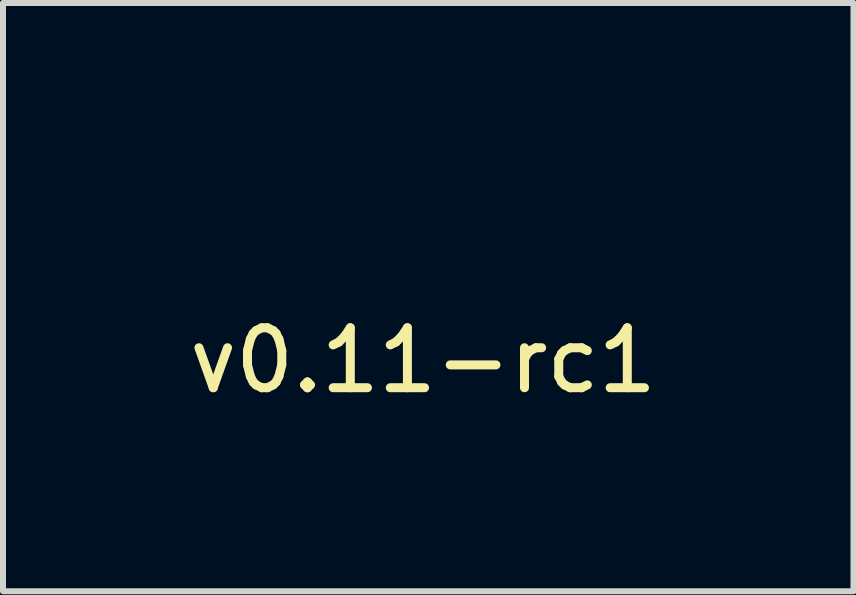
<source format=kicad_pcb>
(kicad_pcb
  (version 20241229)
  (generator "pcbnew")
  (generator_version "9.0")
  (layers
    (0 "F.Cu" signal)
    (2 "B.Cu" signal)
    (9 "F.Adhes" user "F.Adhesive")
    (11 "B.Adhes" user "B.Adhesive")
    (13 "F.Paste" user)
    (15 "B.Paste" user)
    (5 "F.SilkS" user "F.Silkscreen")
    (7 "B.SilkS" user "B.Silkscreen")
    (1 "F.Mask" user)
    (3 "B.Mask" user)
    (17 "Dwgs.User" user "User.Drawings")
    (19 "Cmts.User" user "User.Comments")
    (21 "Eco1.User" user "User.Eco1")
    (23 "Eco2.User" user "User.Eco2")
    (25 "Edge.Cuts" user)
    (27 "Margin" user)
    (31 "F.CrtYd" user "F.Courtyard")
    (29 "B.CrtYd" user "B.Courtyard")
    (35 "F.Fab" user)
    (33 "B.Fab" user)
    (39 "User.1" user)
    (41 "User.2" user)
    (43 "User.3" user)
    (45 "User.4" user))
  (footprint "v0.11-rc1"
    (layer "F.Cu")
    (at 4.006 3.461)
    (property "Reference" "v0.11-rc1" (at 0 -0.5 0) (unlocked yes) (layer "F.SilkS") (effects (font (size 1 1) (thickness 0.15))))
    (attr smd)
    (fp_poly (pts (xy -0.873 -1.965) (xy -0.832 -1.936) (xy -0.804 -1.896) (xy -0.797 -1.874) (xy -0.798 -1.829) (xy -0.815 -1.784) (xy -0.842 -1.751) (xy -0.852 -1.745) (xy -0.886 -1.736) (xy -0.93 -1.734) (xy -0.972 -1.739) (xy -0.99 -1.747) (xy -1.016 -1.773) (xy -1.034 -1.813) (xy -1.041 -1.857) (xy -1.039 -1.878) (xy -1.02 -1.921) (xy -0.984 -1.955) (xy -0.94 -1.974) (xy -0.919 -1.976)) (stroke (width 0) (type solid)) (fill yes) (layer "F.Mask"))
    (fp_poly (pts (xy 4.02 -3.449) (xy 4.072 -3.448) (xy 4.107 -3.445) (xy 4.13 -3.44) (xy 4.146 -3.432) (xy 4.151 -3.428) (xy 4.177 -3.407) (xy 4.17 -1.796) (xy 4.141 -1.764) (xy 4.113 -1.743) (xy 4.085 -1.733) (xy 4.083 -1.733) (xy 4.055 -1.733) (xy 4.055 -3.338) (xy 3.945 -3.342) (xy 3.882 -3.347) (xy 3.837 -3.356) (xy 3.808 -3.373) (xy 3.79 -3.399) (xy 3.781 -3.422) (xy 3.773 -3.45) (xy 3.949 -3.45)) (stroke (width 0) (type solid)) (fill yes) (layer "F.Mask"))
    (fp_poly (pts (xy -0.485 -3.449) (xy -0.434 -3.448) (xy -0.399 -3.445) (xy -0.375 -3.44) (xy -0.359 -3.432) (xy -0.354 -3.428) (xy -0.328 -3.407) (xy -0.331 -2.601) (xy -0.335 -1.796) (xy -0.364 -1.764) (xy -0.392 -1.743) (xy -0.42 -1.733) (xy -0.422 -1.733) (xy -0.451 -1.733) (xy -0.451 -3.338) (xy -0.56 -3.342) (xy -0.624 -3.347) (xy -0.668 -3.356) (xy -0.697 -3.373) (xy -0.715 -3.399) (xy -0.724 -3.422) (xy -0.732 -3.45) (xy -0.556 -3.45)) (stroke (width 0) (type solid)) (fill yes) (layer "F.Mask"))
    (fp_poly (pts (xy 0.221 -3.449) (xy 0.272 -3.448) (xy 0.308 -3.445) (xy 0.331 -3.44) (xy 0.347 -3.432) (xy 0.352 -3.428) (xy 0.378 -3.407) (xy 0.375 -2.601) (xy 0.371 -1.796) (xy 0.342 -1.764) (xy 0.314 -1.743) (xy 0.286 -1.733) (xy 0.284 -1.733) (xy 0.256 -1.733) (xy 0.256 -3.338) (xy 0.146 -3.342) (xy 0.083 -3.347) (xy 0.038 -3.356) (xy 0.009 -3.373) (xy -0.009 -3.399) (xy -0.018 -3.422) (xy -0.026 -3.45) (xy 0.15 -3.45)) (stroke (width 0) (type solid)) (fill yes) (layer "F.Mask"))
    (fp_poly (pts (xy 1.244 -2.512) (xy 1.323 -2.512) (xy 1.382 -2.511) (xy 1.424 -2.508) (xy 1.451 -2.504) (xy 1.467 -2.498) (xy 1.473 -2.49) (xy 1.473 -2.478) (xy 1.468 -2.464) (xy 1.466 -2.458) (xy 1.458 -2.443) (xy 1.446 -2.43) (xy 1.427 -2.421) (xy 1.398 -2.414) (xy 1.358 -2.409) (xy 1.303 -2.406) (xy 1.23 -2.404) (xy 1.138 -2.403) (xy 1.048 -2.403) (xy 0.707 -2.403) (xy 0.721 -2.44) (xy 0.729 -2.46) (xy 0.741 -2.476) (xy 0.758 -2.488) (xy 0.784 -2.497) (xy 0.821 -2.504) (xy 0.872 -2.508) (xy 0.939 -2.511) (xy 1.025 -2.512) (xy 1.132 -2.512) (xy 1.144 -2.512)) (stroke (width 0) (type solid)) (fill yes) (layer "F.Mask"))
    (fp_poly (pts (xy 1.912 -2.973) (xy 1.92 -2.963) (xy 1.923 -2.939) (xy 1.924 -2.907) (xy 1.92 -2.856) (xy 1.908 -2.82) (xy 1.9 -2.808) (xy 1.879 -2.78) (xy 1.875 -2.768) (xy 1.885 -2.772) (xy 1.908 -2.791) (xy 1.943 -2.824) (xy 1.945 -2.827) (xy 2.019 -2.892) (xy 2.092 -2.937) (xy 2.171 -2.963) (xy 2.241 -2.972) (xy 2.316 -2.971) (xy 2.371 -2.959) (xy 2.405 -2.934) (xy 2.418 -2.907) (xy 2.421 -2.879) (xy 2.41 -2.865) (xy 2.382 -2.863) (xy 2.338 -2.873) (xy 2.248 -2.886) (xy 2.161 -2.876) (xy 2.081 -2.845) (xy 2.012 -2.793) (xy 2.01 -2.791) (xy 1.99 -2.771) (xy 1.974 -2.753) (xy 1.961 -2.734) (xy 1.95 -2.712) (xy 1.943 -2.684) (xy 1.937 -2.647) (xy 1.933 -2.599) (xy 1.93 -2.538) (xy 1.927 -2.461) (xy 1.926 -2.364) (xy 1.924 -2.246) (xy 1.924 -2.23) (xy 1.922 -2.114) (xy 1.921 -2.019) (xy 1.919 -1.944) (xy 1.917 -1.886) (xy 1.915 -1.842) (xy 1.912 -1.811) (xy 1.909 -1.789) (xy 1.904 -1.774) (xy 1.899 -1.764) (xy 1.895 -1.758) (xy 1.867 -1.739) (xy 1.842 -1.733) (xy 1.813 -1.733) (xy 1.817 -2.328) (xy 1.818 -2.464) (xy 1.819 -2.578) (xy 1.819 -2.672) (xy 1.821 -2.747) (xy 1.822 -2.807) (xy 1.824 -2.852) (xy 1.826 -2.886) (xy 1.829 -2.911) (xy 1.832 -2.927) (xy 1.836 -2.938) (xy 1.841 -2.946) (xy 1.844 -2.949) (xy 1.871 -2.968) (xy 1.895 -2.975)) (stroke (width 0) (type solid)) (fill yes) (layer "F.Mask"))
    (fp_poly (pts (xy -3.906 -2.971) (xy -3.879 -2.961) (xy -3.869 -2.954) (xy -3.86 -2.938) (xy -3.844 -2.902) (xy -3.821 -2.849) (xy -3.792 -2.78) (xy -3.758 -2.697) (xy -3.72 -2.605) (xy -3.68 -2.504) (xy -3.649 -2.427) (xy -3.601 -2.307) (xy -3.562 -2.207) (xy -3.53 -2.126) (xy -3.505 -2.061) (xy -3.487 -2.01) (xy -3.474 -1.971) (xy -3.465 -1.942) (xy -3.461 -1.921) (xy -3.459 -1.906) (xy -3.461 -1.894) (xy -3.464 -1.884) (xy -3.465 -1.882) (xy -3.473 -1.855) (xy -3.472 -1.838) (xy -3.471 -1.837) (xy -3.465 -1.847) (xy -3.451 -1.877) (xy -3.43 -1.926) (xy -3.403 -1.991) (xy -3.37 -2.069) (xy -3.333 -2.16) (xy -3.293 -2.26) (xy -3.25 -2.368) (xy -3.207 -2.477) (xy -3.166 -2.58) (xy -3.128 -2.675) (xy -3.094 -2.76) (xy -3.064 -2.83) (xy -3.041 -2.886) (xy -3.025 -2.923) (xy -3.017 -2.939) (xy -2.998 -2.964) (xy -2.973 -2.973) (xy -2.948 -2.975) (xy -2.9 -2.975) (xy -3.02 -2.68) (xy -3.088 -2.512) (xy -3.148 -2.365) (xy -3.199 -2.239) (xy -3.244 -2.13) (xy -3.281 -2.038) (xy -3.313 -1.962) (xy -3.339 -1.9) (xy -3.36 -1.85) (xy -3.377 -1.812) (xy -3.391 -1.783) (xy -3.401 -1.762) (xy -3.409 -1.749) (xy -3.416 -1.741) (xy -3.421 -1.737) (xy -3.426 -1.736) (xy -3.431 -1.735) (xy -3.437 -1.735) (xy -3.465 -1.738) (xy -3.482 -1.758) (xy -3.482 -1.759) (xy -3.494 -1.788) (xy -3.514 -1.834) (xy -3.539 -1.896) (xy -3.57 -1.971) (xy -3.605 -2.056) (xy -3.642 -2.15) (xy -3.682 -2.248) (xy -3.723 -2.349) (xy -3.764 -2.45) (xy -3.804 -2.549) (xy -3.842 -2.644) (xy -3.877 -2.73) (xy -3.908 -2.807) (xy -3.933 -2.872) (xy -3.953 -2.921) (xy -3.965 -2.953) (xy -3.97 -2.964) (xy -3.959 -2.973) (xy -3.935 -2.975)) (stroke (width 0) (type solid)) (fill yes) (layer "F.Mask"))
    (fp_poly (pts (xy -1.917 -3.46) (xy -1.841 -3.453) (xy -1.787 -3.443) (xy -1.684 -3.407) (xy -1.589 -3.354) (xy -1.506 -3.289) (xy -1.438 -3.214) (xy -1.4 -3.151) (xy -1.37 -3.091) (xy -1.37 -2.104) (xy -1.4 -2.043) (xy -1.451 -1.964) (xy -1.522 -1.891) (xy -1.609 -1.828) (xy -1.706 -1.779) (xy -1.787 -1.752) (xy -1.848 -1.741) (xy -1.924 -1.735) (xy -2.006 -1.735) (xy -2.084 -1.739) (xy -2.151 -1.748) (xy -2.164 -1.75) (xy -2.265 -1.785) (xy -2.36 -1.836) (xy -2.443 -1.9) (xy -2.511 -1.975) (xy -2.555 -2.046) (xy -2.587 -2.116) (xy -2.587 -2.603) (xy -2.472 -2.603) (xy -2.471 -2.506) (xy -2.471 -2.412) (xy -2.47 -2.325) (xy -2.468 -2.248) (xy -2.466 -2.185) (xy -2.463 -2.139) (xy -2.46 -2.113) (xy -2.46 -2.111) (xy -2.427 -2.038) (xy -2.374 -1.975) (xy -2.304 -1.922) (xy -2.221 -1.881) (xy -2.128 -1.853) (xy -2.027 -1.839) (xy -1.921 -1.84) (xy -1.814 -1.856) (xy -1.77 -1.868) (xy -1.679 -1.906) (xy -1.603 -1.957) (xy -1.542 -2.019) (xy -1.501 -2.089) (xy -1.487 -2.135) (xy -1.483 -2.166) (xy -1.48 -2.218) (xy -1.477 -2.291) (xy -1.475 -2.381) (xy -1.474 -2.486) (xy -1.473 -2.597) (xy -1.474 -2.715) (xy -1.475 -2.819) (xy -1.477 -2.908) (xy -1.48 -2.98) (xy -1.483 -3.031) (xy -1.487 -3.06) (xy -1.515 -3.137) (xy -1.565 -3.205) (xy -1.632 -3.262) (xy -1.716 -3.306) (xy -1.814 -3.337) (xy -1.924 -3.353) (xy -1.979 -3.355) (xy -2.091 -3.347) (xy -2.193 -3.323) (xy -2.283 -3.285) (xy -2.359 -3.234) (xy -2.417 -3.172) (xy -2.455 -3.1) (xy -2.46 -3.083) (xy -2.463 -3.06) (xy -2.466 -3.016) (xy -2.468 -2.955) (xy -2.469 -2.879) (xy -2.471 -2.793) (xy -2.471 -2.7) (xy -2.472 -2.603) (xy -2.587 -2.603) (xy -2.587 -3.078) (xy -2.555 -3.149) (xy -2.505 -3.228) (xy -2.436 -3.301) (xy -2.352 -3.364) (xy -2.258 -3.413) (xy -2.158 -3.446) (xy -2.145 -3.449) (xy -2.079 -3.458) (xy -1.999 -3.461)) (stroke (width 0) (type solid)) (fill yes) (layer "F.Mask"))
    (fp_poly (pts (xy 3.148 -2.969) (xy 3.196 -2.967) (xy 3.232 -2.964) (xy 3.261 -2.957) (xy 3.289 -2.947) (xy 3.322 -2.932) (xy 3.325 -2.931) (xy 3.407 -2.883) (xy 3.466 -2.827) (xy 3.503 -2.763) (xy 3.518 -2.69) (xy 3.519 -2.674) (xy 3.51 -2.636) (xy 3.487 -2.611) (xy 3.458 -2.593) (xy 3.441 -2.597) (xy 3.434 -2.623) (xy 3.434 -2.629) (xy 3.423 -2.683) (xy 3.394 -2.739) (xy 3.36 -2.779) (xy 3.292 -2.831) (xy 3.211 -2.866) (xy 3.123 -2.884) (xy 3.031 -2.885) (xy 2.942 -2.869) (xy 2.86 -2.836) (xy 2.789 -2.787) (xy 2.774 -2.772) (xy 2.753 -2.749) (xy 2.737 -2.725) (xy 2.724 -2.699) (xy 2.716 -2.666) (xy 2.71 -2.623) (xy 2.706 -2.567) (xy 2.704 -2.495) (xy 2.703 -2.403) (xy 2.703 -2.351) (xy 2.704 -2.257) (xy 2.704 -2.183) (xy 2.706 -2.127) (xy 2.708 -2.085) (xy 2.712 -2.055) (xy 2.717 -2.032) (xy 2.723 -2.013) (xy 2.726 -2.006) (xy 2.761 -1.953) (xy 2.814 -1.903) (xy 2.876 -1.863) (xy 2.915 -1.846) (xy 2.98 -1.831) (xy 3.058 -1.825) (xy 3.138 -1.828) (xy 3.211 -1.84) (xy 3.234 -1.847) (xy 3.301 -1.878) (xy 3.359 -1.923) (xy 3.405 -1.977) (xy 3.436 -2.035) (xy 3.446 -2.089) (xy 3.448 -2.112) (xy 3.46 -2.116) (xy 3.473 -2.112) (xy 3.507 -2.088) (xy 3.524 -2.051) (xy 3.526 -2.005) (xy 3.512 -1.953) (xy 3.484 -1.899) (xy 3.446 -1.854) (xy 3.395 -1.81) (xy 3.341 -1.778) (xy 3.277 -1.756) (xy 3.199 -1.743) (xy 3.103 -1.737) (xy 3.099 -1.737) (xy 3.017 -1.737) (xy 2.954 -1.74) (xy 2.909 -1.748) (xy 2.898 -1.751) (xy 2.824 -1.782) (xy 2.755 -1.824) (xy 2.697 -1.873) (xy 2.671 -1.904) (xy 2.647 -1.941) (xy 2.628 -1.979) (xy 2.614 -2.022) (xy 2.604 -2.073) (xy 2.598 -2.136) (xy 2.595 -2.214) (xy 2.595 -2.31) (xy 2.595 -2.389) (xy 2.6 -2.665) (xy 2.64 -2.746) (xy 2.673 -2.806) (xy 2.712 -2.851) (xy 2.76 -2.89) (xy 2.826 -2.926) (xy 2.837 -2.931) (xy 2.87 -2.946) (xy 2.898 -2.957) (xy 2.927 -2.963) (xy 2.962 -2.967) (xy 3.009 -2.968) (xy 3.075 -2.969) (xy 3.081 -2.969)) (stroke (width 0) (type solid)) (fill yes) (layer "F.Mask")))
  (gr_rect
    (start -3 -3)
    (end 11.183 6.81)
    (stroke (width 0.1) (type default))
    (fill no)
    (layer "Edge.Cuts")))
</source>
